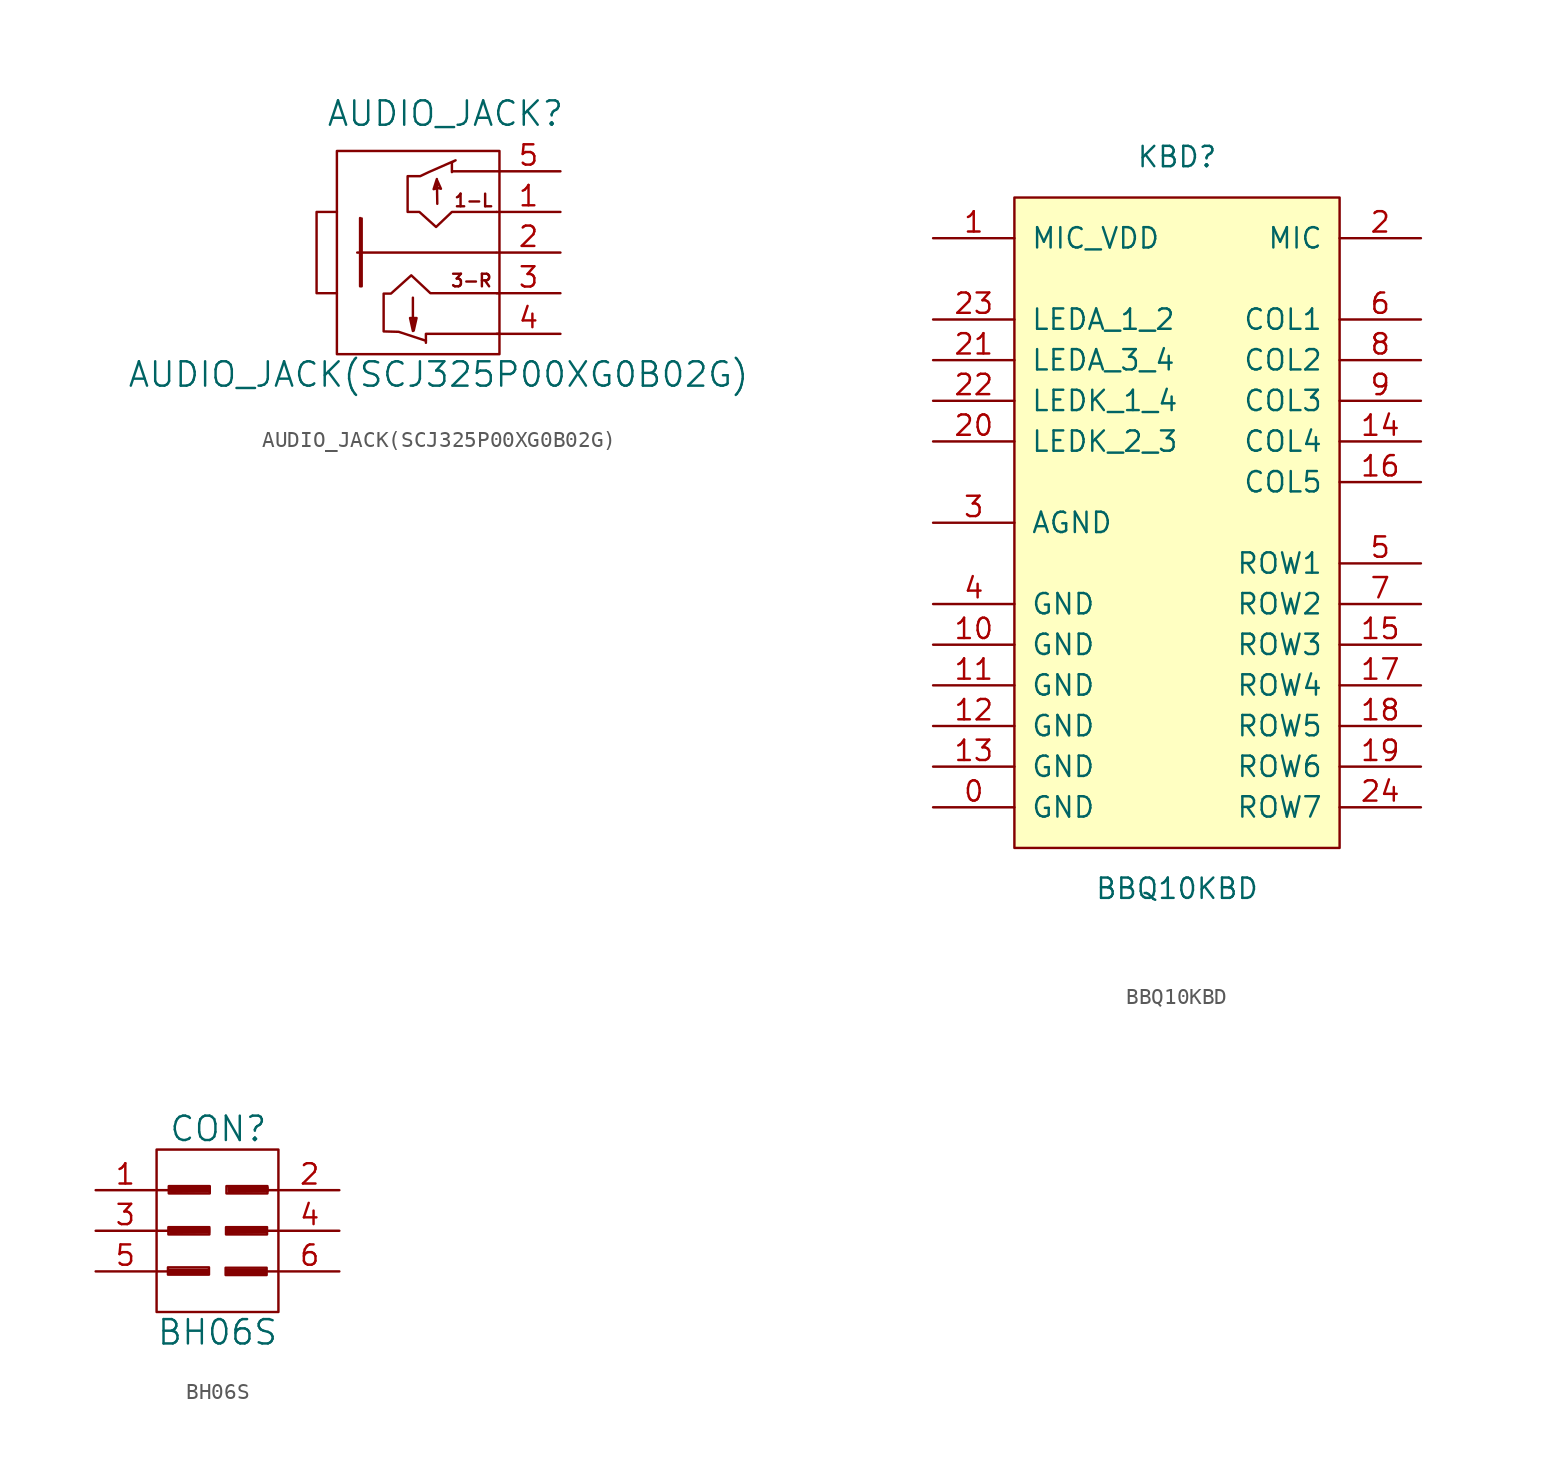
<source format=kicad_sym>
(kicad_symbol_lib
  (version 20211014)
  (generator kicad_symbol_editor)
  (symbol "AUDIO_JACK(SCJ325P00XG0B02G)"
    (pin_names
      (offset 1.016))
    (property "Reference" "AUDIO_JACK"
      (at 0.432 8.687 0)
      (effects (font (size 1.524 1.524))))
    (property "Value" "AUDIO_JACK(SCJ325P00XG0B02G)"
      (at 0 -7.62 0)
      (effects (font (size 1.524 1.524))))
    (property "Datasheet" ""
      (at -1.27 -1.27 0)
      (effects (font (size 1.524 1.524))))
    (symbol "AUDIO_JACK(SCJ325P00XG0B02G)_0_0"
      (polyline (pts (xy -5.08 0) (xy 3.581 0)) (stroke (width 0) (type default) (color 0 0 0 0)) (fill (type none)))
      (polyline (pts (xy -1.473 -4.191) (xy -1.549 -4.547)) (stroke (width 0) (type default) (color 0 0 0 0)) (fill (type none)))
      (polyline (pts (xy 3.556 5.08) (xy 0.864 5.08)) (stroke (width 0) (type default) (color 0 0 0 0)) (fill (type none)))
      (polyline (pts (xy 3.81 -5.08) (xy -0.787 -5.08) (xy -0.787 -5.639) (xy -0.787 -5.613)) (stroke (width 0) (type default) (color 0 0 0 0)) (fill (type none)))
      (polyline (pts (xy -4.902 2.159) (xy -4.902 -2.108) (xy -4.801 -2.108) (xy -4.801 2.134) (xy -4.877 -1.956)) (stroke (width 0) (type default) (color 0 0 0 0)) (fill (type none)))
      (polyline (pts (xy -1.6 -2.819) (xy -1.6 -4.902) (xy -1.778 -4.089) (xy -1.372 -4.089) (xy -1.549 -4.877)) (stroke (width 0) (type default) (color 0 0 0 0)) (fill (type none)))
      (polyline (pts (xy -0.076 3.048) (xy -0.102 4.597) (xy -0.305 3.962) (xy -0.127 4.013) (xy -0.076 4.496) (xy 0.152 3.988) (xy -0.051 4.039)) (stroke (width 0) (type default) (color 0 0 0 0)) (fill (type none)))
      (polyline (pts (xy -0.787 -5.512) (xy -2.489 -4.953) (xy -3.429 -4.928) (xy -3.429 -2.565) (xy -2.972 -2.565) (xy -1.702 -1.422) (xy -0.508 -2.54) (xy 3.81 -2.54)) (stroke (width 0) (type default) (color 0 0 0 0)) (fill (type none)))
      (polyline (pts (xy 0.838 5.029) (xy 0.838 5.639) (xy 1.067 5.766) (xy -0.61 5.029) (xy -1.143 4.775) (xy -1.93 4.775) (xy -1.93 2.54) (xy -1.194 2.54) (xy -0.152 1.6) (xy 0.838 2.54) (xy 3.607 2.54)) (stroke (width 0) (type default) (color 0 0 0 0)) (fill (type none)))
      (text "1-L" (at 2.184 3.251 0) (effects (font (size 0.787 0.787))))
      (text "3-R" (at 2.057 -1.753 0) (effects (font (size 0.787 0.787)))))
    (symbol "AUDIO_JACK(SCJ325P00XG0B02G)_0_1"
      (polyline (pts (xy -6.35 2.54) (xy -7.62 2.54) (xy -7.62 -2.54) (xy -6.35 -2.54)) (stroke (width 0) (type default) (color 0 0 0 0)) (fill (type none)))
      (rectangle (start 3.81 6.35) (end -6.35 -6.35) (stroke (width 0) (type default) (color 0 0 0 0)) (fill (type none))))
    (symbol "AUDIO_JACK(SCJ325P00XG0B02G)_1_1"
      (pin passive line (at 7.62 2.54 180) (length 3.988) (name "~" (effects (font (size 1.27 1.27)))) (number "1" (effects (font (size 1.27 1.27)))))
      (pin passive line (at 7.62 0 180) (length 3.988) (name "~" (effects (font (size 1.27 1.27)))) (number "2" (effects (font (size 1.27 1.27)))))
      (pin passive line (at 7.62 -2.54 180) (length 3.988) (name "~" (effects (font (size 1.27 1.27)))) (number "3" (effects (font (size 1.27 1.27)))))
      (pin passive line (at 7.62 -5.08 180) (length 3.988) (name "~" (effects (font (size 1.27 1.27)))) (number "4" (effects (font (size 1.27 1.27)))))
      (pin passive line (at 7.62 5.08 180) (length 3.988) (name "~" (effects (font (size 1.27 1.27)))) (number "5" (effects (font (size 1.27 1.27)))))))
  (symbol "BBQ10KBD"
    (pin_names
      (offset 1.016))
    (property "Reference" "KBD"
      (at 0 20.32 0)
      (effects (font (size 1.27 1.27))))
    (property "Value" "BBQ10KBD"
      (at 0 -25.4 0)
      (effects (font (size 1.27 1.27))))
    (symbol "BBQ10KBD_0_1"
      (rectangle (start -10.16 17.78) (end 10.16 -22.86) (stroke (width 0) (type default) (color 0 0 0 0)) (fill (type background))))
    (symbol "BBQ10KBD_1_1"
      (pin power_in line (at -15.24 -20.32 0) (length 5.08) (name "GND" (effects (font (size 1.27 1.27)))) (number "0" (effects (font (size 1.27 1.27)))))
      (pin power_in line (at -15.24 15.24 0) (length 5.08) (name "MIC_VDD" (effects (font (size 1.27 1.27)))) (number "1" (effects (font (size 1.27 1.27)))))
      (pin power_in line (at -15.24 -10.16 0) (length 5.08) (name "GND" (effects (font (size 1.27 1.27)))) (number "10" (effects (font (size 1.27 1.27)))))
      (pin power_in line (at -15.24 -12.7 0) (length 5.08) (name "GND" (effects (font (size 1.27 1.27)))) (number "11" (effects (font (size 1.27 1.27)))))
      (pin power_in line (at -15.24 -15.24 0) (length 5.08) (name "GND" (effects (font (size 1.27 1.27)))) (number "12" (effects (font (size 1.27 1.27)))))
      (pin power_in line (at -15.24 -17.78 0) (length 5.08) (name "GND" (effects (font (size 1.27 1.27)))) (number "13" (effects (font (size 1.27 1.27)))))
      (pin input line (at 15.24 2.54 180) (length 5.08) (name "COL4" (effects (font (size 1.27 1.27)))) (number "14" (effects (font (size 1.27 1.27)))))
      (pin output line (at 15.24 -10.16 180) (length 5.08) (name "ROW3" (effects (font (size 1.27 1.27)))) (number "15" (effects (font (size 1.27 1.27)))))
      (pin input line (at 15.24 0 180) (length 5.08) (name "COL5" (effects (font (size 1.27 1.27)))) (number "16" (effects (font (size 1.27 1.27)))))
      (pin output line (at 15.24 -12.7 180) (length 5.08) (name "ROW4" (effects (font (size 1.27 1.27)))) (number "17" (effects (font (size 1.27 1.27)))))
      (pin output line (at 15.24 -15.24 180) (length 5.08) (name "ROW5" (effects (font (size 1.27 1.27)))) (number "18" (effects (font (size 1.27 1.27)))))
      (pin output line (at 15.24 -17.78 180) (length 5.08) (name "ROW6" (effects (font (size 1.27 1.27)))) (number "19" (effects (font (size 1.27 1.27)))))
      (pin output line (at 15.24 15.24 180) (length 5.08) (name "MIC" (effects (font (size 1.27 1.27)))) (number "2" (effects (font (size 1.27 1.27)))))
      (pin input line (at -15.24 2.54 0) (length 5.08) (name "LEDK_2_3" (effects (font (size 1.27 1.27)))) (number "20" (effects (font (size 1.27 1.27)))))
      (pin input line (at -15.24 7.62 0) (length 5.08) (name "LEDA_3_4" (effects (font (size 1.27 1.27)))) (number "21" (effects (font (size 1.27 1.27)))))
      (pin input line (at -15.24 5.08 0) (length 5.08) (name "LEDK_1_4" (effects (font (size 1.27 1.27)))) (number "22" (effects (font (size 1.27 1.27)))))
      (pin input line (at -15.24 10.16 0) (length 5.08) (name "LEDA_1_2" (effects (font (size 1.27 1.27)))) (number "23" (effects (font (size 1.27 1.27)))))
      (pin output line (at 15.24 -20.32 180) (length 5.08) (name "ROW7" (effects (font (size 1.27 1.27)))) (number "24" (effects (font (size 1.27 1.27)))))
      (pin power_in line (at -15.24 -2.54 0) (length 5.08) (name "AGND" (effects (font (size 1.27 1.27)))) (number "3" (effects (font (size 1.27 1.27)))))
      (pin power_in line (at -15.24 -7.62 0) (length 5.08) (name "GND" (effects (font (size 1.27 1.27)))) (number "4" (effects (font (size 1.27 1.27)))))
      (pin output line (at 15.24 -5.08 180) (length 5.08) (name "ROW1" (effects (font (size 1.27 1.27)))) (number "5" (effects (font (size 1.27 1.27)))))
      (pin input line (at 15.24 10.16 180) (length 5.08) (name "COL1" (effects (font (size 1.27 1.27)))) (number "6" (effects (font (size 1.27 1.27)))))
      (pin output line (at 15.24 -7.62 180) (length 5.08) (name "ROW2" (effects (font (size 1.27 1.27)))) (number "7" (effects (font (size 1.27 1.27)))))
      (pin input line (at 15.24 7.62 180) (length 5.08) (name "COL2" (effects (font (size 1.27 1.27)))) (number "8" (effects (font (size 1.27 1.27)))))
      (pin input line (at 15.24 5.08 180) (length 5.08) (name "COL3" (effects (font (size 1.27 1.27)))) (number "9" (effects (font (size 1.27 1.27)))))))
  (symbol "BH06S"
    (pin_names
      (offset 1.016) hide)
    (property "Reference" "CON"
      (at 0.051 6.375 0)
      (effects (font (size 1.524 1.524))))
    (property "Value" "BH06S"
      (at 0 -6.35 0)
      (effects (font (size 1.524 1.524))))
    (property "Footprint" ""
      (at -0.203 -3.734 0)
      (effects (font (size 1.524 1.524))))
    (property "Datasheet" ""
      (at -0.203 -3.734 0)
      (effects (font (size 1.524 1.524))))
    (symbol "BH06S_0_0"
      (rectangle (start -3.099 -2.286) (end -0.533 -2.743) (stroke (width 0) (type default) (color 0 0 0 0)) (fill (type none)))
      (rectangle (start -3.073 0.229) (end -0.508 -0.229) (stroke (width 0) (type default) (color 0 0 0 0)) (fill (type none)))
      (rectangle (start -3.048 2.794) (end -0.483 2.337) (stroke (width 0) (type default) (color 0 0 0 0)) (fill (type none)))
      (polyline (pts (xy -3.023 -2.438) (xy -0.584 -2.438) (xy -0.584 -2.667) (xy -2.997 -2.692) (xy -3.023 -2.515) (xy -0.711 -2.515) (xy -0.711 -2.591) (xy -2.997 -2.54)) (stroke (width 0) (type default) (color 0 0 0 0)) (fill (type none)))
      (polyline (pts (xy -2.972 0.127) (xy -0.533 0.127) (xy -0.533 -0.102) (xy -2.946 -0.127) (xy -2.972 0.051) (xy -0.66 0.051) (xy -0.66 -0.025) (xy -2.946 0.025)) (stroke (width 0) (type default) (color 0 0 0 0)) (fill (type none)))
      (polyline (pts (xy -2.946 2.692) (xy -0.508 2.692) (xy -0.508 2.464) (xy -2.921 2.438) (xy -2.946 2.616) (xy -0.635 2.616) (xy -0.635 2.54) (xy -2.921 2.591)) (stroke (width 0) (type default) (color 0 0 0 0)) (fill (type none)))
      (polyline (pts (xy 0.559 -2.438) (xy 2.997 -2.438) (xy 2.997 -2.667) (xy 0.584 -2.692) (xy 0.559 -2.515) (xy 2.87 -2.515) (xy 2.87 -2.591) (xy 0.584 -2.54)) (stroke (width 0) (type default) (color 0 0 0 0)) (fill (type none)))
      (polyline (pts (xy 0.584 0.127) (xy 3.023 0.127) (xy 3.023 -0.102) (xy 0.61 -0.127) (xy 0.584 0.051) (xy 2.896 0.051) (xy 2.896 -0.025) (xy 0.61 0.025)) (stroke (width 0) (type default) (color 0 0 0 0)) (fill (type none)))
      (polyline (pts (xy 0.686 2.692) (xy 3.124 2.692) (xy 3.124 2.464) (xy 0.711 2.438) (xy 0.686 2.616) (xy 2.997 2.616) (xy 2.997 2.54) (xy 0.711 2.591)) (stroke (width 0) (type default) (color 0 0 0 0)) (fill (type none)))
      (rectangle (start 0.508 -2.311) (end 3.073 -2.769) (stroke (width 0) (type default) (color 0 0 0 0)) (fill (type none)))
      (rectangle (start 0.533 0.229) (end 3.099 -0.229) (stroke (width 0) (type default) (color 0 0 0 0)) (fill (type none)))
      (rectangle (start 0.559 2.794) (end 3.124 2.337) (stroke (width 0) (type default) (color 0 0 0 0)) (fill (type none))))
    (symbol "BH06S_0_1"
      (rectangle (start -3.81 5.08) (end 3.81 -5.08) (stroke (width 0) (type default) (color 0 0 0 0)) (fill (type none)))
      (polyline (pts (xy -3.81 -2.54) (xy -3.048 -2.54)) (stroke (width 0) (type default) (color 0 0 0 0)) (fill (type none)))
      (polyline (pts (xy -3.81 0) (xy -3.048 0)) (stroke (width 0) (type default) (color 0 0 0 0)) (fill (type none)))
      (polyline (pts (xy -3.81 2.54) (xy -3.048 2.54)) (stroke (width 0) (type default) (color 0 0 0 0)) (fill (type none)))
      (polyline (pts (xy 3.81 -2.54) (xy 3.048 -2.54)) (stroke (width 0) (type default) (color 0 0 0 0)) (fill (type none)))
      (polyline (pts (xy 3.81 0) (xy 3.048 0)) (stroke (width 0) (type default) (color 0 0 0 0)) (fill (type none)))
      (polyline (pts (xy 3.81 2.54) (xy 3.048 2.54)) (stroke (width 0) (type default) (color 0 0 0 0)) (fill (type none))))
    (symbol "BH06S_1_1"
      (pin passive line (at -7.62 2.54 0) (length 3.708) (name "1" (effects (font (size 1.27 1.27)))) (number "1" (effects (font (size 1.27 1.27)))))
      (pin passive line (at 7.62 2.54 180) (length 3.708) (name "2" (effects (font (size 1.27 1.27)))) (number "2" (effects (font (size 1.27 1.27)))))
      (pin passive line (at -7.62 0 0) (length 3.708) (name "3" (effects (font (size 1.27 1.27)))) (number "3" (effects (font (size 1.27 1.27)))))
      (pin passive line (at 7.62 0 180) (length 3.708) (name "4" (effects (font (size 1.27 1.27)))) (number "4" (effects (font (size 1.27 1.27)))))
      (pin passive line (at -7.62 -2.54 0) (length 3.708) (name "5" (effects (font (size 1.27 1.27)))) (number "5" (effects (font (size 1.27 1.27)))))
      (pin passive line (at 7.62 -2.54 180) (length 3.708) (name "6" (effects (font (size 1.27 1.27)))) (number "6" (effects (font (size 1.27 1.27))))))))
</source>
